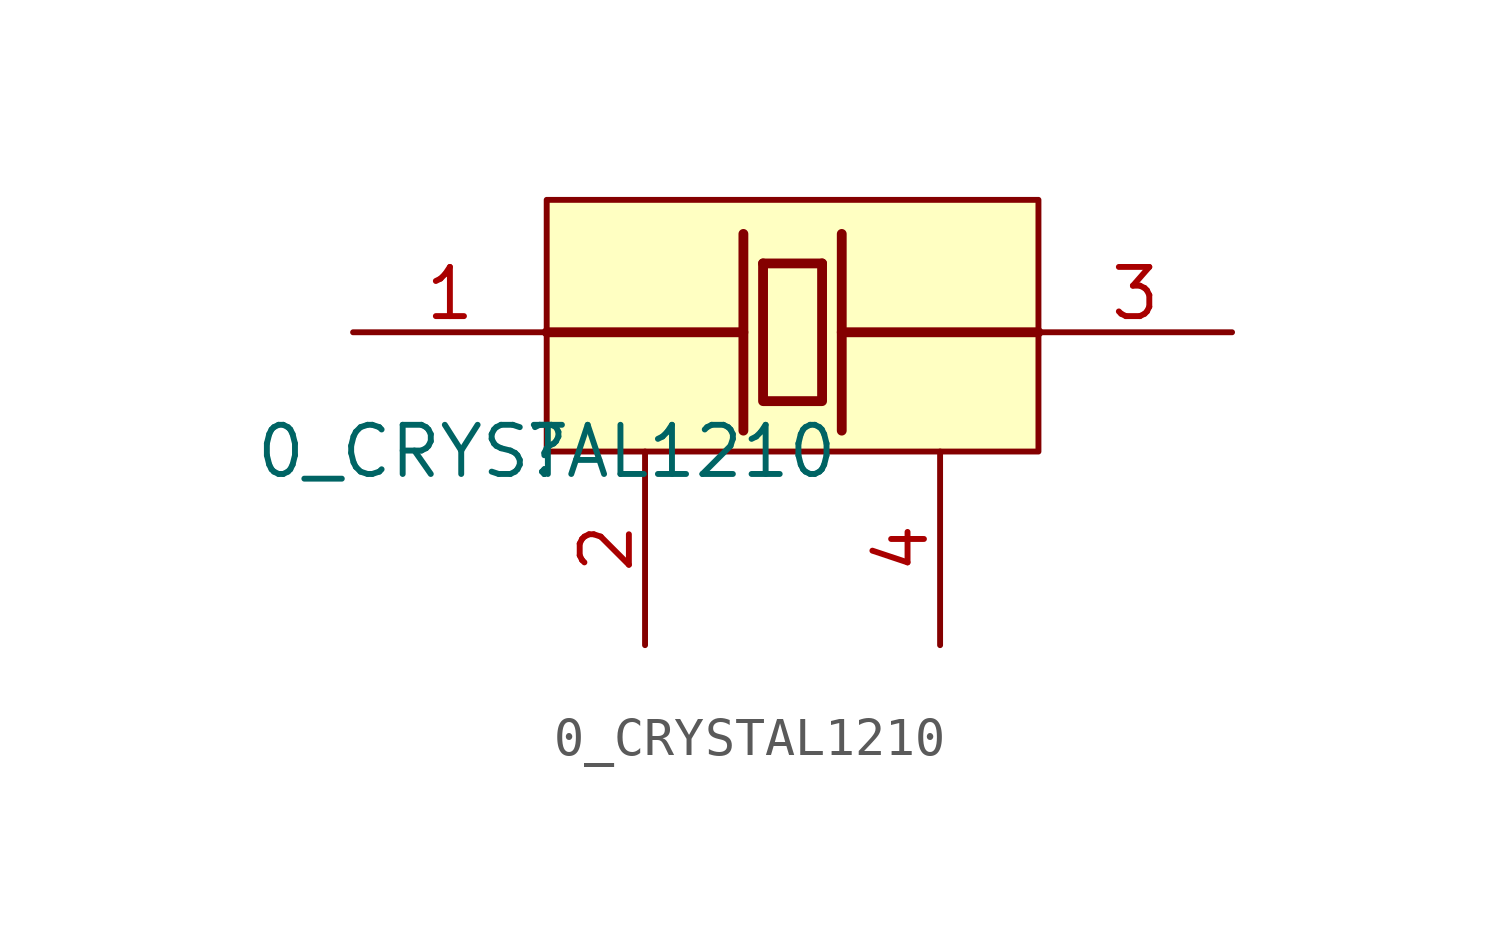
<source format=kicad_sym>
(kicad_symbol_lib
  (version 20210619)
  (generator kicad_symbol_editor)
  (symbol "e-verest-altium-import:0_CRYSTAL1210"
    (property "Reference" ""
      (at 0 0 0)
      (effects (font (size 1.27 1.27))))
    (property "Value" "0_CRYSTAL1210"
      (at 0 0 0)
      (effects (font (size 1.27 1.27))))
    (symbol "0_CRYSTAL1210_1_0"
      (rectangle (start 12.7 6.5) (end 0 0) (stroke (width 0)) (fill (type background)))
      (polyline (pts (xy 7.62 3.08) (xy 12.7 3.08)) (stroke (width 0.254)) (fill (type none)))
      (polyline (pts (xy 0 3.08) (xy 5.08 3.08)) (stroke (width 0.254)) (fill (type none)))
      (polyline (pts (xy 5.08 5.62) (xy 5.08 0.54)) (stroke (width 0.254)) (fill (type none)))
      (polyline (pts (xy 5.588 4.858) (xy 7.112 4.858)) (stroke (width 0.254)) (fill (type none)))
      (polyline (pts (xy 7.62 5.62) (xy 7.62 0.54)) (stroke (width 0.254)) (fill (type none)))
      (polyline (pts (xy 7.112 4.858) (xy 7.112 1.302) (xy 5.588 1.302) (xy 5.588 4.858)) (stroke (width 0.254)) (fill (type none)))
      (pin passive line (at -5 3.08 0) (length 5) (name "X1" (effects (font (size 0 0)))) (number "1" (effects (font (size 1.27 1.27)))))
      (pin passive line (at 2.54 -5 90) (length 5) (name "GND" (effects (font (size 0 0)))) (number "2" (effects (font (size 1.27 1.27)))))
      (pin passive line (at 17.7 3.08 180) (length 5) (name "X2" (effects (font (size 0 0)))) (number "3" (effects (font (size 1.27 1.27)))))
      (pin passive line (at 10.16 -5 90) (length 5) (name "GND" (effects (font (size 0 0)))) (number "4" (effects (font (size 1.27 1.27))))))))
</source>
